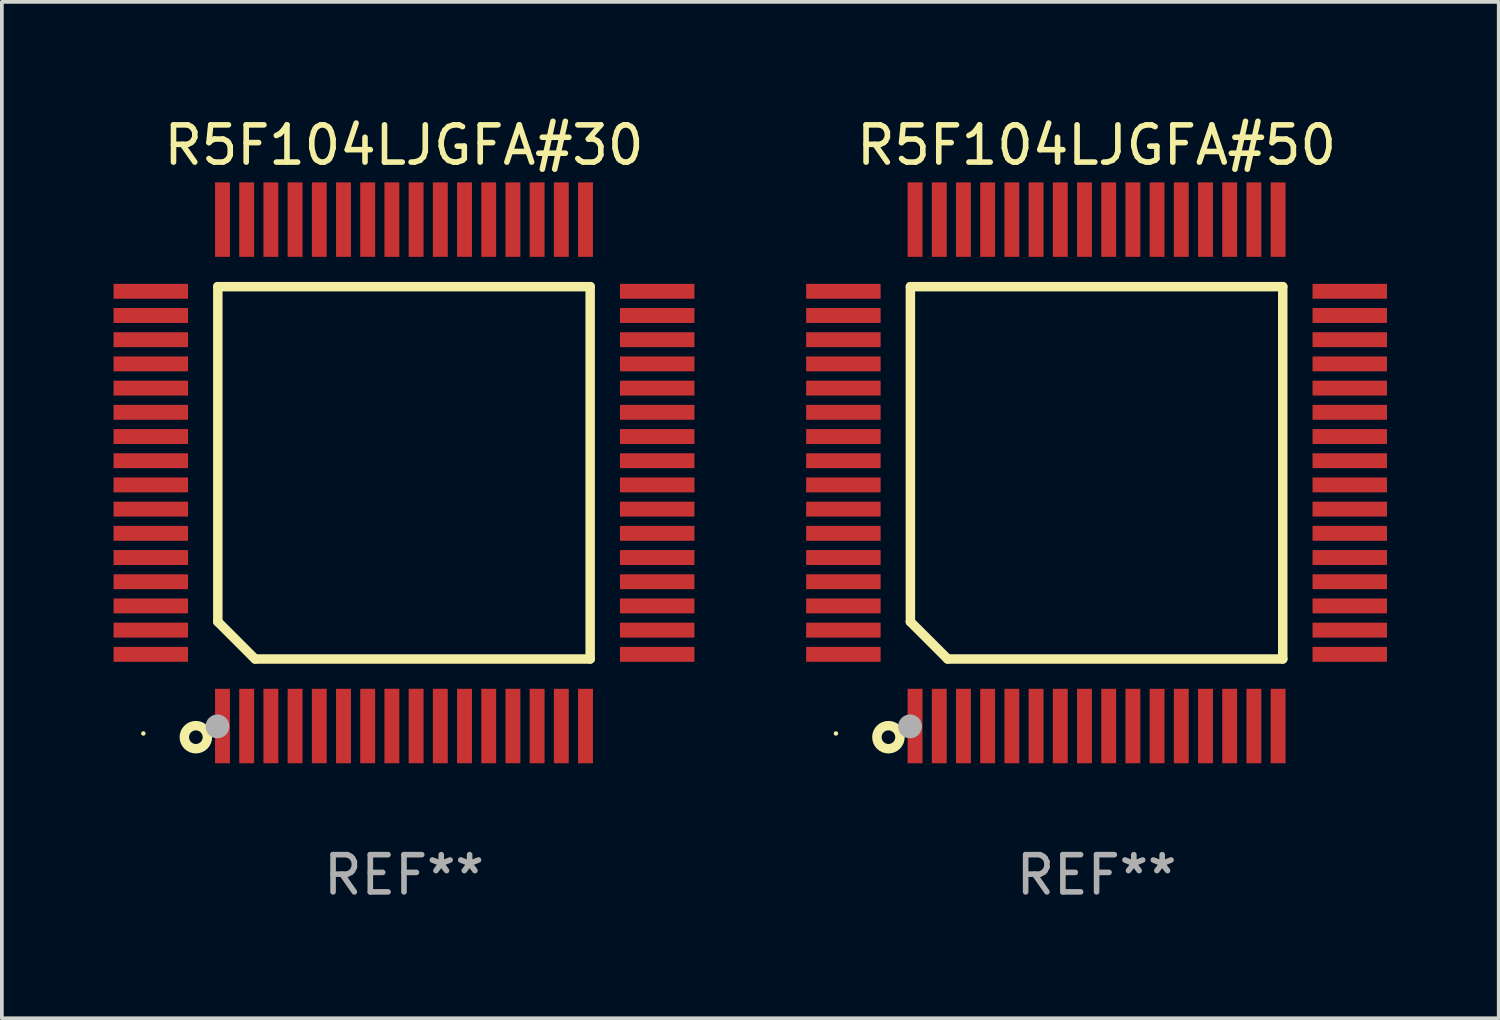
<source format=kicad_pcb>
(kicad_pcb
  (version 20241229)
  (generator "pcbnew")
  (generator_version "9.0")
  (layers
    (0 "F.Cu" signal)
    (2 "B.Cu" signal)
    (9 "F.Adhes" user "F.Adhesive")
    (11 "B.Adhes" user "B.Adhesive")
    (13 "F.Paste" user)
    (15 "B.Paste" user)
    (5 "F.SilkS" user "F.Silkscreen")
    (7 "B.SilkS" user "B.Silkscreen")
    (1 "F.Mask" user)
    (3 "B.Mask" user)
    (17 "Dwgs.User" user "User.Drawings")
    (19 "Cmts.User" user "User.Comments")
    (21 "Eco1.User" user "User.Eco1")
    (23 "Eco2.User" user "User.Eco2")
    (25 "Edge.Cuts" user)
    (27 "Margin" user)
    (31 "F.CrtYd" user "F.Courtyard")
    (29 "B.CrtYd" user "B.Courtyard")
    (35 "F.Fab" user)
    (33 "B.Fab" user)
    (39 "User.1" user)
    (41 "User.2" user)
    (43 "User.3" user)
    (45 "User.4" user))
  (footprint "R5F104LJGFA#50"
    (layer "F.Cu")
    (at 26.4 9.648)
    (property "Reference" "R5F104LJGFA#50" (at 0 -8.8 0) (layer "F.SilkS") (effects (font (size 1 1) (thickness 0.15))))
    (attr through_hole)
    (fp_line (start -5 -5) (end 5 -5) (stroke (width 0.254) (type solid)) (layer "F.SilkS"))
    (fp_line (start -5 4) (end -5 -5) (stroke (width 0.254) (type solid)) (layer "F.SilkS"))
    (fp_line (start -4 5) (end -5 4) (stroke (width 0.254) (type solid)) (layer "F.SilkS"))
    (fp_line (start 5 -5) (end 5 5) (stroke (width 0.254) (type solid)) (layer "F.SilkS"))
    (fp_line (start 5 5) (end -4 5) (stroke (width 0.254) (type solid)) (layer "F.SilkS"))
    (fp_circle (center -7 7) (end -6.97 7) (stroke (width 0.06) (type solid)) (fill no) (layer "F.SilkS"))
    (fp_circle (center -5.59 7.1) (end -5.28 7.1) (stroke (width 0.254) (type solid)) (fill no) (layer "F.SilkS"))
    (fp_circle (center -5.01 6.81) (end -4.85 6.81) (stroke (width 0.32) (type solid)) (fill no) (layer "F.Fab"))
    (fp_text user "REF**" (at 0 10.8 0) (layer "F.Fab") (effects (font (size 1 1) (thickness 0.15))))
    (pad "1" smd rect (at -4.875 6.8) (size 0.4 2) (layers "F.Cu" "F.Mask" "F.Paste"))
    (pad "2" smd rect (at -4.225 6.8) (size 0.4 2) (layers "F.Cu" "F.Mask" "F.Paste"))
    (pad "3" smd rect (at -3.575 6.8) (size 0.4 2) (layers "F.Cu" "F.Mask" "F.Paste"))
    (pad "4" smd rect (at -2.925 6.8) (size 0.4 2) (layers "F.Cu" "F.Mask" "F.Paste"))
    (pad "5" smd rect (at -2.275 6.8) (size 0.4 2) (layers "F.Cu" "F.Mask" "F.Paste"))
    (pad "6" smd rect (at -1.625 6.8) (size 0.4 2) (layers "F.Cu" "F.Mask" "F.Paste"))
    (pad "7" smd rect (at -0.975 6.8) (size 0.4 2) (layers "F.Cu" "F.Mask" "F.Paste"))
    (pad "8" smd rect (at -0.325 6.8) (size 0.4 2) (layers "F.Cu" "F.Mask" "F.Paste"))
    (pad "9" smd rect (at 0.325 6.8) (size 0.4 2) (layers "F.Cu" "F.Mask" "F.Paste"))
    (pad "10" smd rect (at 0.975 6.8) (size 0.4 2) (layers "F.Cu" "F.Mask" "F.Paste"))
    (pad "11" smd rect (at 1.625 6.8) (size 0.4 2) (layers "F.Cu" "F.Mask" "F.Paste"))
    (pad "12" smd rect (at 2.275 6.8) (size 0.4 2) (layers "F.Cu" "F.Mask" "F.Paste"))
    (pad "13" smd rect (at 2.925 6.8) (size 0.4 2) (layers "F.Cu" "F.Mask" "F.Paste"))
    (pad "14" smd rect (at 3.575 6.8) (size 0.4 2) (layers "F.Cu" "F.Mask" "F.Paste"))
    (pad "15" smd rect (at 4.225 6.8) (size 0.4 2) (layers "F.Cu" "F.Mask" "F.Paste"))
    (pad "16" smd rect (at 4.875 6.8) (size 0.4 2) (layers "F.Cu" "F.Mask" "F.Paste"))
    (pad "17" smd rect (at 6.8 4.875) (size 2 0.4) (layers "F.Cu" "F.Mask" "F.Paste"))
    (pad "18" smd rect (at 6.8 4.225) (size 2 0.4) (layers "F.Cu" "F.Mask" "F.Paste"))
    (pad "19" smd rect (at 6.8 3.575) (size 2 0.4) (layers "F.Cu" "F.Mask" "F.Paste"))
    (pad "20" smd rect (at 6.8 2.925) (size 2 0.4) (layers "F.Cu" "F.Mask" "F.Paste"))
    (pad "21" smd rect (at 6.8 2.275) (size 2 0.4) (layers "F.Cu" "F.Mask" "F.Paste"))
    (pad "22" smd rect (at 6.8 1.625) (size 2 0.4) (layers "F.Cu" "F.Mask" "F.Paste"))
    (pad "23" smd rect (at 6.8 0.975) (size 2 0.4) (layers "F.Cu" "F.Mask" "F.Paste"))
    (pad "24" smd rect (at 6.8 0.325) (size 2 0.4) (layers "F.Cu" "F.Mask" "F.Paste"))
    (pad "25" smd rect (at 6.8 -0.325) (size 2 0.4) (layers "F.Cu" "F.Mask" "F.Paste"))
    (pad "26" smd rect (at 6.8 -0.975) (size 2 0.4) (layers "F.Cu" "F.Mask" "F.Paste"))
    (pad "27" smd rect (at 6.8 -1.625) (size 2 0.4) (layers "F.Cu" "F.Mask" "F.Paste"))
    (pad "28" smd rect (at 6.8 -2.275) (size 2 0.4) (layers "F.Cu" "F.Mask" "F.Paste"))
    (pad "29" smd rect (at 6.8 -2.925) (size 2 0.4) (layers "F.Cu" "F.Mask" "F.Paste"))
    (pad "30" smd rect (at 6.8 -3.575) (size 2 0.4) (layers "F.Cu" "F.Mask" "F.Paste"))
    (pad "31" smd rect (at 6.8 -4.225) (size 2 0.4) (layers "F.Cu" "F.Mask" "F.Paste"))
    (pad "32" smd rect (at 6.8 -4.875) (size 2 0.4) (layers "F.Cu" "F.Mask" "F.Paste"))
    (pad "33" smd rect (at 4.875 -6.8) (size 0.4 2) (layers "F.Cu" "F.Mask" "F.Paste"))
    (pad "34" smd rect (at 4.225 -6.8) (size 0.4 2) (layers "F.Cu" "F.Mask" "F.Paste"))
    (pad "35" smd rect (at 3.575 -6.8) (size 0.4 2) (layers "F.Cu" "F.Mask" "F.Paste"))
    (pad "36" smd rect (at 2.925 -6.8) (size 0.4 2) (layers "F.Cu" "F.Mask" "F.Paste"))
    (pad "37" smd rect (at 2.275 -6.8) (size 0.4 2) (layers "F.Cu" "F.Mask" "F.Paste"))
    (pad "38" smd rect (at 1.625 -6.8) (size 0.4 2) (layers "F.Cu" "F.Mask" "F.Paste"))
    (pad "39" smd rect (at 0.975 -6.8) (size 0.4 2) (layers "F.Cu" "F.Mask" "F.Paste"))
    (pad "40" smd rect (at 0.325 -6.8) (size 0.4 2) (layers "F.Cu" "F.Mask" "F.Paste"))
    (pad "41" smd rect (at -0.325 -6.8) (size 0.4 2) (layers "F.Cu" "F.Mask" "F.Paste"))
    (pad "42" smd rect (at -0.975 -6.8) (size 0.4 2) (layers "F.Cu" "F.Mask" "F.Paste"))
    (pad "43" smd rect (at -1.625 -6.8) (size 0.4 2) (layers "F.Cu" "F.Mask" "F.Paste"))
    (pad "44" smd rect (at -2.275 -6.8) (size 0.4 2) (layers "F.Cu" "F.Mask" "F.Paste"))
    (pad "45" smd rect (at -2.925 -6.8) (size 0.4 2) (layers "F.Cu" "F.Mask" "F.Paste"))
    (pad "46" smd rect (at -3.575 -6.8) (size 0.4 2) (layers "F.Cu" "F.Mask" "F.Paste"))
    (pad "47" smd rect (at -4.225 -6.8) (size 0.4 2) (layers "F.Cu" "F.Mask" "F.Paste"))
    (pad "48" smd rect (at -4.875 -6.8) (size 0.4 2) (layers "F.Cu" "F.Mask" "F.Paste"))
    (pad "49" smd rect (at -6.8 -4.875) (size 2 0.4) (layers "F.Cu" "F.Mask" "F.Paste"))
    (pad "50" smd rect (at -6.8 -4.225) (size 2 0.4) (layers "F.Cu" "F.Mask" "F.Paste"))
    (pad "51" smd rect (at -6.8 -3.575) (size 2 0.4) (layers "F.Cu" "F.Mask" "F.Paste"))
    (pad "52" smd rect (at -6.8 -2.925) (size 2 0.4) (layers "F.Cu" "F.Mask" "F.Paste"))
    (pad "53" smd rect (at -6.8 -2.275) (size 2 0.4) (layers "F.Cu" "F.Mask" "F.Paste"))
    (pad "54" smd rect (at -6.8 -1.625) (size 2 0.4) (layers "F.Cu" "F.Mask" "F.Paste"))
    (pad "55" smd rect (at -6.8 -0.975) (size 2 0.4) (layers "F.Cu" "F.Mask" "F.Paste"))
    (pad "56" smd rect (at -6.8 -0.325) (size 2 0.4) (layers "F.Cu" "F.Mask" "F.Paste"))
    (pad "57" smd rect (at -6.8 0.325) (size 2 0.4) (layers "F.Cu" "F.Mask" "F.Paste"))
    (pad "58" smd rect (at -6.8 0.975) (size 2 0.4) (layers "F.Cu" "F.Mask" "F.Paste"))
    (pad "59" smd rect (at -6.8 1.625) (size 2 0.4) (layers "F.Cu" "F.Mask" "F.Paste"))
    (pad "60" smd rect (at -6.8 2.275) (size 2 0.4) (layers "F.Cu" "F.Mask" "F.Paste"))
    (pad "61" smd rect (at -6.8 2.925) (size 2 0.4) (layers "F.Cu" "F.Mask" "F.Paste"))
    (pad "62" smd rect (at -6.8 3.575) (size 2 0.4) (layers "F.Cu" "F.Mask" "F.Paste"))
    (pad "63" smd rect (at -6.8 4.225) (size 2 0.4) (layers "F.Cu" "F.Mask" "F.Paste"))
    (pad "64" smd rect (at -6.8 4.875) (size 2 0.4) (layers "F.Cu" "F.Mask" "F.Paste")))
  (footprint "R5F104LJGFA#30"
    (layer "F.Cu")
    (at 7.8 9.648)
    (property "Reference" "R5F104LJGFA#30" (at 0 -8.8 0) (layer "F.SilkS") (effects (font (size 1 1) (thickness 0.15))))
    (attr through_hole)
    (fp_line (start -5 -5) (end 5 -5) (stroke (width 0.254) (type solid)) (layer "F.SilkS"))
    (fp_line (start -5 4) (end -5 -5) (stroke (width 0.254) (type solid)) (layer "F.SilkS"))
    (fp_line (start -4 5) (end -5 4) (stroke (width 0.254) (type solid)) (layer "F.SilkS"))
    (fp_line (start 5 -5) (end 5 5) (stroke (width 0.254) (type solid)) (layer "F.SilkS"))
    (fp_line (start 5 5) (end -4 5) (stroke (width 0.254) (type solid)) (layer "F.SilkS"))
    (fp_circle (center -7 7) (end -6.97 7) (stroke (width 0.06) (type solid)) (fill no) (layer "F.SilkS"))
    (fp_circle (center -5.59 7.1) (end -5.28 7.1) (stroke (width 0.254) (type solid)) (fill no) (layer "F.SilkS"))
    (fp_circle (center -5.01 6.81) (end -4.85 6.81) (stroke (width 0.32) (type solid)) (fill no) (layer "F.Fab"))
    (fp_text user "REF**" (at 0 10.8 0) (layer "F.Fab") (effects (font (size 1 1) (thickness 0.15))))
    (pad "1" smd rect (at -4.875 6.8) (size 0.4 2) (layers "F.Cu" "F.Mask" "F.Paste"))
    (pad "2" smd rect (at -4.225 6.8) (size 0.4 2) (layers "F.Cu" "F.Mask" "F.Paste"))
    (pad "3" smd rect (at -3.575 6.8) (size 0.4 2) (layers "F.Cu" "F.Mask" "F.Paste"))
    (pad "4" smd rect (at -2.925 6.8) (size 0.4 2) (layers "F.Cu" "F.Mask" "F.Paste"))
    (pad "5" smd rect (at -2.275 6.8) (size 0.4 2) (layers "F.Cu" "F.Mask" "F.Paste"))
    (pad "6" smd rect (at -1.625 6.8) (size 0.4 2) (layers "F.Cu" "F.Mask" "F.Paste"))
    (pad "7" smd rect (at -0.975 6.8) (size 0.4 2) (layers "F.Cu" "F.Mask" "F.Paste"))
    (pad "8" smd rect (at -0.325 6.8) (size 0.4 2) (layers "F.Cu" "F.Mask" "F.Paste"))
    (pad "9" smd rect (at 0.325 6.8) (size 0.4 2) (layers "F.Cu" "F.Mask" "F.Paste"))
    (pad "10" smd rect (at 0.975 6.8) (size 0.4 2) (layers "F.Cu" "F.Mask" "F.Paste"))
    (pad "11" smd rect (at 1.625 6.8) (size 0.4 2) (layers "F.Cu" "F.Mask" "F.Paste"))
    (pad "12" smd rect (at 2.275 6.8) (size 0.4 2) (layers "F.Cu" "F.Mask" "F.Paste"))
    (pad "13" smd rect (at 2.925 6.8) (size 0.4 2) (layers "F.Cu" "F.Mask" "F.Paste"))
    (pad "14" smd rect (at 3.575 6.8) (size 0.4 2) (layers "F.Cu" "F.Mask" "F.Paste"))
    (pad "15" smd rect (at 4.225 6.8) (size 0.4 2) (layers "F.Cu" "F.Mask" "F.Paste"))
    (pad "16" smd rect (at 4.875 6.8) (size 0.4 2) (layers "F.Cu" "F.Mask" "F.Paste"))
    (pad "17" smd rect (at 6.8 4.875) (size 2 0.4) (layers "F.Cu" "F.Mask" "F.Paste"))
    (pad "18" smd rect (at 6.8 4.225) (size 2 0.4) (layers "F.Cu" "F.Mask" "F.Paste"))
    (pad "19" smd rect (at 6.8 3.575) (size 2 0.4) (layers "F.Cu" "F.Mask" "F.Paste"))
    (pad "20" smd rect (at 6.8 2.925) (size 2 0.4) (layers "F.Cu" "F.Mask" "F.Paste"))
    (pad "21" smd rect (at 6.8 2.275) (size 2 0.4) (layers "F.Cu" "F.Mask" "F.Paste"))
    (pad "22" smd rect (at 6.8 1.625) (size 2 0.4) (layers "F.Cu" "F.Mask" "F.Paste"))
    (pad "23" smd rect (at 6.8 0.975) (size 2 0.4) (layers "F.Cu" "F.Mask" "F.Paste"))
    (pad "24" smd rect (at 6.8 0.325) (size 2 0.4) (layers "F.Cu" "F.Mask" "F.Paste"))
    (pad "25" smd rect (at 6.8 -0.325) (size 2 0.4) (layers "F.Cu" "F.Mask" "F.Paste"))
    (pad "26" smd rect (at 6.8 -0.975) (size 2 0.4) (layers "F.Cu" "F.Mask" "F.Paste"))
    (pad "27" smd rect (at 6.8 -1.625) (size 2 0.4) (layers "F.Cu" "F.Mask" "F.Paste"))
    (pad "28" smd rect (at 6.8 -2.275) (size 2 0.4) (layers "F.Cu" "F.Mask" "F.Paste"))
    (pad "29" smd rect (at 6.8 -2.925) (size 2 0.4) (layers "F.Cu" "F.Mask" "F.Paste"))
    (pad "30" smd rect (at 6.8 -3.575) (size 2 0.4) (layers "F.Cu" "F.Mask" "F.Paste"))
    (pad "31" smd rect (at 6.8 -4.225) (size 2 0.4) (layers "F.Cu" "F.Mask" "F.Paste"))
    (pad "32" smd rect (at 6.8 -4.875) (size 2 0.4) (layers "F.Cu" "F.Mask" "F.Paste"))
    (pad "33" smd rect (at 4.875 -6.8) (size 0.4 2) (layers "F.Cu" "F.Mask" "F.Paste"))
    (pad "34" smd rect (at 4.225 -6.8) (size 0.4 2) (layers "F.Cu" "F.Mask" "F.Paste"))
    (pad "35" smd rect (at 3.575 -6.8) (size 0.4 2) (layers "F.Cu" "F.Mask" "F.Paste"))
    (pad "36" smd rect (at 2.925 -6.8) (size 0.4 2) (layers "F.Cu" "F.Mask" "F.Paste"))
    (pad "37" smd rect (at 2.275 -6.8) (size 0.4 2) (layers "F.Cu" "F.Mask" "F.Paste"))
    (pad "38" smd rect (at 1.625 -6.8) (size 0.4 2) (layers "F.Cu" "F.Mask" "F.Paste"))
    (pad "39" smd rect (at 0.975 -6.8) (size 0.4 2) (layers "F.Cu" "F.Mask" "F.Paste"))
    (pad "40" smd rect (at 0.325 -6.8) (size 0.4 2) (layers "F.Cu" "F.Mask" "F.Paste"))
    (pad "41" smd rect (at -0.325 -6.8) (size 0.4 2) (layers "F.Cu" "F.Mask" "F.Paste"))
    (pad "42" smd rect (at -0.975 -6.8) (size 0.4 2) (layers "F.Cu" "F.Mask" "F.Paste"))
    (pad "43" smd rect (at -1.625 -6.8) (size 0.4 2) (layers "F.Cu" "F.Mask" "F.Paste"))
    (pad "44" smd rect (at -2.275 -6.8) (size 0.4 2) (layers "F.Cu" "F.Mask" "F.Paste"))
    (pad "45" smd rect (at -2.925 -6.8) (size 0.4 2) (layers "F.Cu" "F.Mask" "F.Paste"))
    (pad "46" smd rect (at -3.575 -6.8) (size 0.4 2) (layers "F.Cu" "F.Mask" "F.Paste"))
    (pad "47" smd rect (at -4.225 -6.8) (size 0.4 2) (layers "F.Cu" "F.Mask" "F.Paste"))
    (pad "48" smd rect (at -4.875 -6.8) (size 0.4 2) (layers "F.Cu" "F.Mask" "F.Paste"))
    (pad "49" smd rect (at -6.8 -4.875) (size 2 0.4) (layers "F.Cu" "F.Mask" "F.Paste"))
    (pad "50" smd rect (at -6.8 -4.225) (size 2 0.4) (layers "F.Cu" "F.Mask" "F.Paste"))
    (pad "51" smd rect (at -6.8 -3.575) (size 2 0.4) (layers "F.Cu" "F.Mask" "F.Paste"))
    (pad "52" smd rect (at -6.8 -2.925) (size 2 0.4) (layers "F.Cu" "F.Mask" "F.Paste"))
    (pad "53" smd rect (at -6.8 -2.275) (size 2 0.4) (layers "F.Cu" "F.Mask" "F.Paste"))
    (pad "54" smd rect (at -6.8 -1.625) (size 2 0.4) (layers "F.Cu" "F.Mask" "F.Paste"))
    (pad "55" smd rect (at -6.8 -0.975) (size 2 0.4) (layers "F.Cu" "F.Mask" "F.Paste"))
    (pad "56" smd rect (at -6.8 -0.325) (size 2 0.4) (layers "F.Cu" "F.Mask" "F.Paste"))
    (pad "57" smd rect (at -6.8 0.325) (size 2 0.4) (layers "F.Cu" "F.Mask" "F.Paste"))
    (pad "58" smd rect (at -6.8 0.975) (size 2 0.4) (layers "F.Cu" "F.Mask" "F.Paste"))
    (pad "59" smd rect (at -6.8 1.625) (size 2 0.4) (layers "F.Cu" "F.Mask" "F.Paste"))
    (pad "60" smd rect (at -6.8 2.275) (size 2 0.4) (layers "F.Cu" "F.Mask" "F.Paste"))
    (pad "61" smd rect (at -6.8 2.925) (size 2 0.4) (layers "F.Cu" "F.Mask" "F.Paste"))
    (pad "62" smd rect (at -6.8 3.575) (size 2 0.4) (layers "F.Cu" "F.Mask" "F.Paste"))
    (pad "63" smd rect (at -6.8 4.225) (size 2 0.4) (layers "F.Cu" "F.Mask" "F.Paste"))
    (pad "64" smd rect (at -6.8 4.875) (size 2 0.4) (layers "F.Cu" "F.Mask" "F.Paste")))
  (gr_rect
    (start -3 -3)
    (end 37.2 24.297)
    (stroke (width 0.1) (type default))
    (fill no)
    (layer "Edge.Cuts")))
</source>
